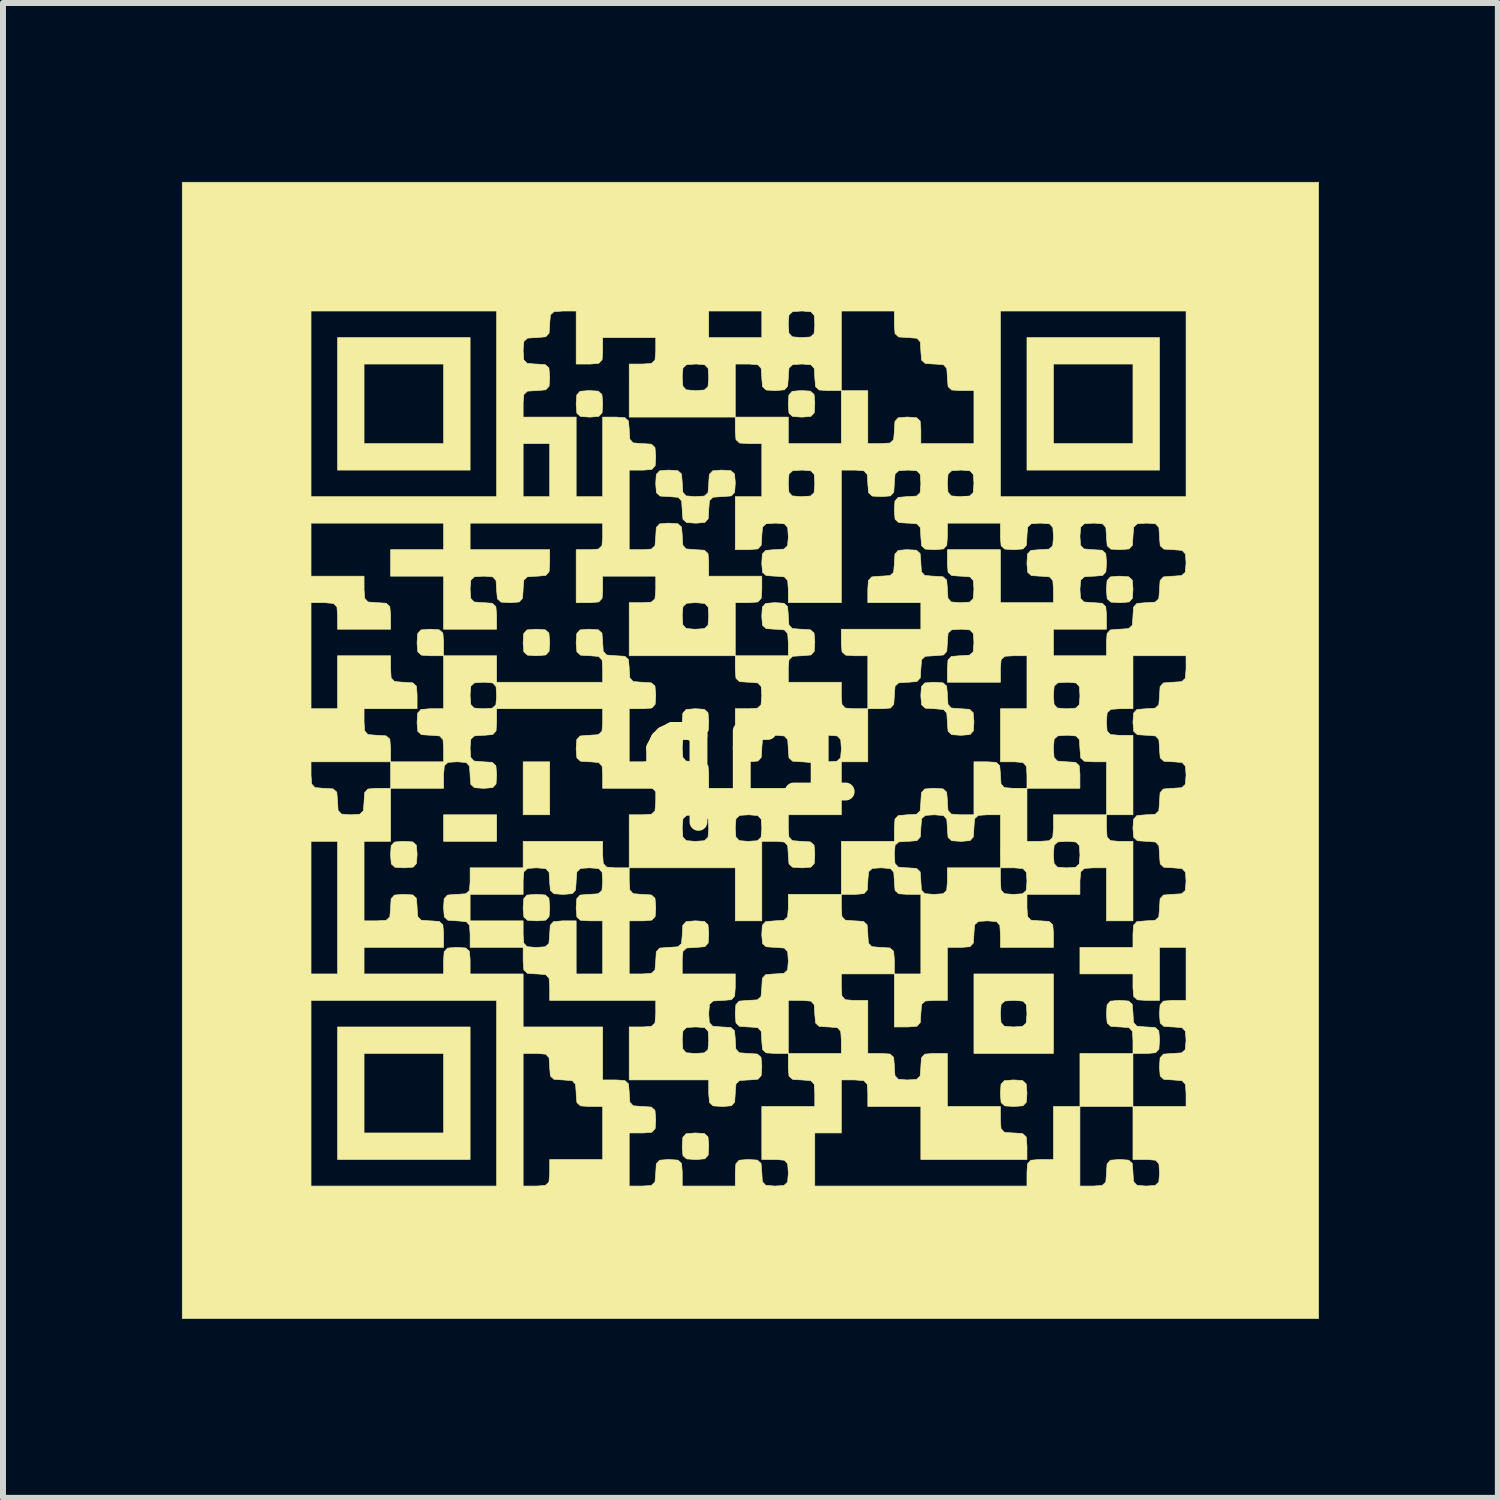
<source format=kicad_pcb>
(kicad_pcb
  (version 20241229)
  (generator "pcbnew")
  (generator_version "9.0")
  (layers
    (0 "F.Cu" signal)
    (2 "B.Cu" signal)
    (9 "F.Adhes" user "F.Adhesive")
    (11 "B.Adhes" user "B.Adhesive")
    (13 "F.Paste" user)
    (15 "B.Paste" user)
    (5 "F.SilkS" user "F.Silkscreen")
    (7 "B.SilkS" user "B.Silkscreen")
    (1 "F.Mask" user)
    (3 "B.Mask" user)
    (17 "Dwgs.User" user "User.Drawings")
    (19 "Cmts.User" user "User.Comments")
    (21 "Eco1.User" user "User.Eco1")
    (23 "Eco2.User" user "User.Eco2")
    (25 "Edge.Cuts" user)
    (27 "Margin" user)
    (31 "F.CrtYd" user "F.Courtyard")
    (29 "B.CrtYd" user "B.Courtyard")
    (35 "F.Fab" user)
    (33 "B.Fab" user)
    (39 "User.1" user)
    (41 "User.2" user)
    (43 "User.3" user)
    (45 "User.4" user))
  (footprint "qr1"
    (layer "F.Cu")
    (at 9.53 9.53)
    (property "Reference" "qr1" (at 0 0 0) (layer "F.SilkS") (effects (font (size 1.524 1.524) (thickness 0.3))))
    (attr through_hole)
    (fp_poly (pts (xy -4.255 1.524) (xy -5.144 1.524) (xy -5.144 1.079) (xy -4.255 1.079) (xy -4.255 1.524)) (stroke (width 0.01) (type solid)) (fill yes) (layer "F.SilkS"))
    (fp_poly (pts (xy -3.365 1.079) (xy -3.81 1.079) (xy -3.81 0.191) (xy -3.365 0.191) (xy -3.365 1.079)) (stroke (width 0.01) (type solid)) (fill yes) (layer "F.SilkS"))
    (fp_poly (pts (xy 6.413 5.969) (xy 5.524 5.969) (xy 5.524 5.08) (xy 6.413 5.08) (xy 6.413 5.969)) (stroke (width 0.01) (type solid)) (fill yes) (layer "F.SilkS"))
    (fp_poly (pts (xy -4.699 -4.699) (xy -6.921 -4.699) (xy -6.921 -6.477) (xy -6.477 -6.477) (xy -6.477 -5.144) (xy -5.144 -5.144) (xy -5.144 -6.477) (xy -6.477 -6.477) (xy -6.921 -6.477) (xy -6.921 -6.921) (xy -4.699 -6.921) (xy -4.699 -4.699)) (stroke (width 0.01) (type solid)) (fill yes) (layer "F.SilkS"))
    (fp_poly (pts (xy -4.699 6.858) (xy -6.921 6.858) (xy -6.921 5.08) (xy -6.477 5.08) (xy -6.477 6.413) (xy -5.144 6.413) (xy -5.144 5.08) (xy -6.477 5.08) (xy -6.921 5.08) (xy -6.921 4.636) (xy -4.699 4.636) (xy -4.699 6.858)) (stroke (width 0.01) (type solid)) (fill yes) (layer "F.SilkS"))
    (fp_poly (pts (xy 6.858 -4.699) (xy 4.636 -4.699) (xy 4.636 -6.477) (xy 5.08 -6.477) (xy 5.08 -5.144) (xy 6.413 -5.144) (xy 6.413 -6.477) (xy 5.08 -6.477) (xy 4.636 -6.477) (xy 4.636 -6.921) (xy 6.858 -6.921) (xy 6.858 -4.699)) (stroke (width 0.01) (type solid)) (fill yes) (layer "F.SilkS"))
    (fp_poly (pts (xy -5.366 -1.587) (xy -5.515 -1.597) (xy -5.576 -1.653) (xy -5.588 -1.793) (xy -5.588 -1.81) (xy -5.578 -1.959) (xy -5.523 -2.02) (xy -5.383 -2.032) (xy -5.366 -2.032) (xy -5.217 -2.022) (xy -5.156 -1.967) (xy -5.144 -1.827) (xy -5.144 -1.81) (xy -5.144 -1.587) (xy -5.366 -1.587)) (stroke (width 0.01) (type solid)) (fill yes) (layer "F.SilkS"))
    (fp_poly (pts (xy -5.661 1.534) (xy -5.6 1.589) (xy -5.588 1.729) (xy -5.588 1.746) (xy -5.598 1.895) (xy -5.653 1.956) (xy -5.793 1.968) (xy -5.81 1.968) (xy -5.959 1.959) (xy -6.02 1.903) (xy -6.032 1.763) (xy -6.032 1.746) (xy -6.023 1.597) (xy -5.967 1.536) (xy -5.827 1.524) (xy -5.81 1.524) (xy -5.661 1.534)) (stroke (width 0.01) (type solid)) (fill yes) (layer "F.SilkS"))
    (fp_poly (pts (xy -3.439 -2.022) (xy -3.378 -1.967) (xy -3.366 -1.827) (xy -3.365 -1.81) (xy -3.375 -1.661) (xy -3.431 -1.6) (xy -3.571 -1.588) (xy -3.588 -1.587) (xy -3.737 -1.597) (xy -3.798 -1.653) (xy -3.81 -1.793) (xy -3.81 -1.81) (xy -3.8 -1.959) (xy -3.745 -2.02) (xy -3.605 -2.032) (xy -3.588 -2.032) (xy -3.439 -2.022)) (stroke (width 0.01) (type solid)) (fill yes) (layer "F.SilkS"))
    (fp_poly (pts (xy -3.439 2.423) (xy -3.378 2.478) (xy -3.366 2.618) (xy -3.365 2.635) (xy -3.375 2.784) (xy -3.431 2.845) (xy -3.571 2.857) (xy -3.588 2.857) (xy -3.737 2.848) (xy -3.798 2.792) (xy -3.81 2.652) (xy -3.81 2.635) (xy -3.8 2.486) (xy -3.745 2.425) (xy -3.605 2.413) (xy -3.588 2.413) (xy -3.439 2.423)) (stroke (width 0.01) (type solid)) (fill yes) (layer "F.SilkS"))
    (fp_poly (pts (xy -2.55 -6.023) (xy -2.489 -5.967) (xy -2.477 -5.827) (xy -2.477 -5.81) (xy -2.486 -5.661) (xy -2.542 -5.6) (xy -2.682 -5.588) (xy -2.699 -5.588) (xy -2.848 -5.598) (xy -2.909 -5.653) (xy -2.921 -5.793) (xy -2.921 -5.81) (xy -2.911 -5.959) (xy -2.856 -6.02) (xy -2.716 -6.032) (xy -2.699 -6.032) (xy -2.55 -6.023)) (stroke (width 0.01) (type solid)) (fill yes) (layer "F.SilkS"))
    (fp_poly (pts (xy -0.772 6.423) (xy -0.711 6.479) (xy -0.699 6.619) (xy -0.699 6.636) (xy -0.708 6.785) (xy -0.764 6.846) (xy -0.904 6.858) (xy -0.921 6.858) (xy -1.07 6.848) (xy -1.131 6.793) (xy -1.143 6.653) (xy -1.143 6.636) (xy -1.133 6.487) (xy -1.078 6.426) (xy -0.938 6.414) (xy -0.921 6.413) (xy -0.772 6.423)) (stroke (width 0.01) (type solid)) (fill yes) (layer "F.SilkS"))
    (fp_poly (pts (xy 1.006 -6.023) (xy 1.067 -5.967) (xy 1.079 -5.827) (xy 1.079 -5.81) (xy 1.07 -5.661) (xy 1.014 -5.6) (xy 0.874 -5.588) (xy 0.857 -5.588) (xy 0.708 -5.598) (xy 0.647 -5.653) (xy 0.635 -5.793) (xy 0.635 -5.81) (xy 0.645 -5.959) (xy 0.7 -6.02) (xy 0.84 -6.032) (xy 0.857 -6.032) (xy 1.006 -6.023)) (stroke (width 0.01) (type solid)) (fill yes) (layer "F.SilkS"))
    (fp_poly (pts (xy 4.562 5.534) (xy 4.623 5.59) (xy 4.635 5.73) (xy 4.636 5.747) (xy 4.626 5.896) (xy 4.57 5.957) (xy 4.43 5.969) (xy 4.413 5.969) (xy 4.264 5.959) (xy 4.203 5.904) (xy 4.191 5.764) (xy 4.191 5.747) (xy 4.201 5.598) (xy 4.256 5.537) (xy 4.396 5.525) (xy 4.413 5.524) (xy 4.562 5.534)) (stroke (width 0.01) (type solid)) (fill yes) (layer "F.SilkS"))
    (fp_poly (pts (xy 6.34 -2.911) (xy 6.401 -2.856) (xy 6.413 -2.716) (xy 6.413 -2.699) (xy 6.404 -2.55) (xy 6.348 -2.489) (xy 6.208 -2.477) (xy 6.191 -2.477) (xy 6.042 -2.486) (xy 5.981 -2.542) (xy 5.969 -2.682) (xy 5.969 -2.699) (xy 5.979 -2.848) (xy 6.034 -2.909) (xy 6.174 -2.921) (xy 6.191 -2.921) (xy 6.34 -2.911)) (stroke (width 0.01) (type solid)) (fill yes) (layer "F.SilkS"))
    (fp_poly (pts (xy 5.08 5.08) (xy 3.747 5.08) (xy 3.747 4.413) (xy 4.191 4.413) (xy 4.201 4.562) (xy 4.256 4.623) (xy 4.396 4.635) (xy 4.413 4.636) (xy 4.562 4.626) (xy 4.623 4.57) (xy 4.635 4.43) (xy 4.636 4.413) (xy 4.626 4.264) (xy 4.57 4.203) (xy 4.43 4.191) (xy 4.413 4.191) (xy 4.264 4.201) (xy 4.203 4.256) (xy 4.191 4.396) (xy 4.191 4.413) (xy 3.747 4.413) (xy 3.747 3.747) (xy 5.08 3.747) (xy 5.08 5.08)) (stroke (width 0.01) (type solid)) (fill yes) (layer "F.SilkS"))
    (fp_poly (pts (xy 6.413 4.858) (xy 6.404 4.709) (xy 6.348 4.648) (xy 6.208 4.636) (xy 6.191 4.636) (xy 6.042 4.626) (xy 5.981 4.57) (xy 5.969 4.43) (xy 5.969 4.413) (xy 5.979 4.264) (xy 6.034 4.203) (xy 6.174 4.191) (xy 6.191 4.191) (xy 6.34 4.201) (xy 6.401 4.256) (xy 6.413 4.396) (xy 6.413 4.413) (xy 6.423 4.562) (xy 6.479 4.623) (xy 6.619 4.635) (xy 6.636 4.636) (xy 6.785 4.645) (xy 6.846 4.701) (xy 6.858 4.841) (xy 6.858 4.858) (xy 6.848 5.007) (xy 6.793 5.068) (xy 6.653 5.08) (xy 6.636 5.08) (xy 6.413 5.08) (xy 6.413 4.858)) (stroke (width 0.01) (type solid)) (fill yes) (layer "F.SilkS"))
    (fp_poly (pts (xy 3.229 -1.133) (xy 3.29 -1.078) (xy 3.302 -0.938) (xy 3.302 -0.921) (xy 3.312 -0.772) (xy 3.367 -0.711) (xy 3.507 -0.699) (xy 3.524 -0.699) (xy 3.673 -0.689) (xy 3.734 -0.633) (xy 3.746 -0.493) (xy 3.747 -0.476) (xy 3.737 -0.327) (xy 3.681 -0.266) (xy 3.541 -0.254) (xy 3.524 -0.254) (xy 3.375 -0.264) (xy 3.314 -0.319) (xy 3.302 -0.459) (xy 3.302 -0.476) (xy 3.292 -0.625) (xy 3.237 -0.686) (xy 3.097 -0.698) (xy 3.08 -0.699) (xy 2.931 -0.708) (xy 2.87 -0.764) (xy 2.858 -0.904) (xy 2.857 -0.921) (xy 2.867 -1.07) (xy 2.923 -1.131) (xy 3.063 -1.143) (xy 3.08 -1.143) (xy 3.229 -1.133)) (stroke (width 0.01) (type solid)) (fill yes) (layer "F.SilkS"))
    (fp_poly (pts (xy -0.327 -4.689) (xy -0.266 -4.634) (xy -0.254 -4.494) (xy -0.254 -4.477) (xy -0.264 -4.328) (xy -0.319 -4.267) (xy -0.459 -4.255) (xy -0.476 -4.255) (xy -0.625 -4.245) (xy -0.686 -4.189) (xy -0.698 -4.049) (xy -0.699 -4.032) (xy -0.708 -3.883) (xy -0.764 -3.822) (xy -0.904 -3.81) (xy -0.921 -3.81) (xy -1.07 -3.82) (xy -1.131 -3.875) (xy -1.143 -4.015) (xy -1.143 -4.032) (xy -1.153 -4.181) (xy -1.208 -4.242) (xy -1.348 -4.254) (xy -1.365 -4.255) (xy -1.514 -4.264) (xy -1.575 -4.32) (xy -1.587 -4.46) (xy -1.587 -4.477) (xy -1.578 -4.626) (xy -1.522 -4.687) (xy -1.382 -4.699) (xy -1.365 -4.699) (xy -1.216 -4.689) (xy -1.155 -4.634) (xy -1.143 -4.494) (xy -1.143 -4.477) (xy -1.133 -4.328) (xy -1.078 -4.267) (xy -0.938 -4.255) (xy -0.921 -4.255) (xy -0.772 -4.264) (xy -0.711 -4.32) (xy -0.699 -4.46) (xy -0.699 -4.477) (xy -0.689 -4.626) (xy -0.633 -4.687) (xy -0.493 -4.699) (xy -0.476 -4.699) (xy -0.327 -4.689)) (stroke (width 0.01) (type solid)) (fill yes) (layer "F.SilkS"))
    (fp_poly (pts (xy 4.118 0.2) (xy 4.179 0.256) (xy 4.191 0.396) (xy 4.191 0.413) (xy 4.201 0.562) (xy 4.256 0.623) (xy 4.396 0.635) (xy 4.413 0.635) (xy 4.636 0.635) (xy 4.636 1.524) (xy 4.858 1.524) (xy 5.007 1.514) (xy 5.068 1.459) (xy 5.08 1.319) (xy 5.08 1.302) (xy 5.08 1.079) (xy 5.969 1.079) (xy 5.969 1.302) (xy 5.979 1.451) (xy 6.034 1.512) (xy 6.174 1.524) (xy 6.191 1.524) (xy 6.413 1.524) (xy 6.413 2.857) (xy 5.969 2.857) (xy 5.969 1.968) (xy 5.747 1.968) (xy 5.598 1.978) (xy 5.537 2.034) (xy 5.525 2.174) (xy 5.524 2.191) (xy 5.524 2.413) (xy 4.636 2.413) (xy 4.636 2.635) (xy 4.645 2.784) (xy 4.701 2.845) (xy 4.841 2.857) (xy 4.858 2.857) (xy 5.007 2.867) (xy 5.068 2.923) (xy 5.08 3.063) (xy 5.08 3.08) (xy 5.08 3.302) (xy 4.191 3.302) (xy 4.191 3.08) (xy 4.181 2.931) (xy 4.126 2.87) (xy 3.986 2.858) (xy 3.969 2.857) (xy 3.82 2.867) (xy 3.759 2.923) (xy 3.747 3.063) (xy 3.747 3.08) (xy 3.737 3.229) (xy 3.681 3.29) (xy 3.541 3.302) (xy 3.524 3.302) (xy 3.302 3.302) (xy 3.302 4.191) (xy 3.08 4.191) (xy 2.931 4.201) (xy 2.87 4.256) (xy 2.858 4.396) (xy 2.857 4.413) (xy 2.848 4.562) (xy 2.792 4.623) (xy 2.652 4.635) (xy 2.635 4.636) (xy 2.413 4.636) (xy 2.413 3.747) (xy 2.857 3.747) (xy 2.857 2.413) (xy 2.635 2.413) (xy 2.486 2.403) (xy 2.425 2.348) (xy 2.413 2.208) (xy 2.413 2.191) (xy 2.403 2.042) (xy 2.348 1.981) (xy 2.208 1.969) (xy 2.191 1.968) (xy 2.042 1.978) (xy 1.981 2.034) (xy 1.969 2.174) (xy 1.968 2.191) (xy 1.959 2.34) (xy 1.903 2.401) (xy 1.763 2.413) (xy 1.746 2.413) (xy 1.524 2.413) (xy 1.524 1.746) (xy 2.413 1.746) (xy 2.423 1.895) (xy 2.478 1.956) (xy 2.618 1.968) (xy 2.635 1.968) (xy 2.784 1.978) (xy 2.845 2.034) (xy 2.857 2.174) (xy 2.857 2.191) (xy 2.867 2.34) (xy 2.923 2.401) (xy 3.063 2.413) (xy 3.08 2.413) (xy 3.229 2.403) (xy 3.29 2.348) (xy 3.302 2.208) (xy 3.302 2.191) (xy 3.302 1.968) (xy 4.191 1.968) (xy 4.191 2.191) (xy 4.201 2.34) (xy 4.256 2.401) (xy 4.396 2.413) (xy 4.413 2.413) (xy 4.562 2.403) (xy 4.623 2.348) (xy 4.635 2.208) (xy 4.636 2.191) (xy 4.626 2.042) (xy 4.57 1.981) (xy 4.43 1.969) (xy 4.413 1.968) (xy 4.191 1.968) (xy 4.191 1.746) (xy 5.08 1.746) (xy 5.09 1.895) (xy 5.145 1.956) (xy 5.285 1.968) (xy 5.302 1.968) (xy 5.451 1.959) (xy 5.512 1.903) (xy 5.524 1.763) (xy 5.524 1.746) (xy 5.515 1.597) (xy 5.459 1.536) (xy 5.319 1.524) (xy 5.302 1.524) (xy 5.153 1.534) (xy 5.092 1.589) (xy 5.08 1.729) (xy 5.08 1.746) (xy 4.191 1.746) (xy 4.191 1.079) (xy 3.969 1.079) (xy 3.82 1.089) (xy 3.759 1.145) (xy 3.747 1.285) (xy 3.747 1.302) (xy 3.737 1.451) (xy 3.681 1.512) (xy 3.541 1.524) (xy 3.524 1.524) (xy 3.375 1.514) (xy 3.314 1.459) (xy 3.302 1.319) (xy 3.302 1.302) (xy 3.292 1.153) (xy 3.237 1.092) (xy 3.097 1.08) (xy 3.08 1.079) (xy 2.931 1.089) (xy 2.87 1.145) (xy 2.858 1.285) (xy 2.857 1.302) (xy 2.848 1.451) (xy 2.792 1.512) (xy 2.652 1.524) (xy 2.635 1.524) (xy 2.486 1.534) (xy 2.425 1.589) (xy 2.413 1.729) (xy 2.413 1.746) (xy 1.524 1.746) (xy 1.524 1.524) (xy 2.413 1.524) (xy 2.413 1.302) (xy 2.423 1.153) (xy 2.478 1.092) (xy 2.618 1.08) (xy 2.635 1.079) (xy 2.784 1.07) (xy 2.845 1.014) (xy 2.857 0.874) (xy 2.857 0.857) (xy 2.867 0.708) (xy 2.923 0.647) (xy 3.063 0.635) (xy 3.08 0.635) (xy 3.229 0.645) (xy 3.29 0.7) (xy 3.302 0.84) (xy 3.302 0.857) (xy 3.312 1.006) (xy 3.367 1.067) (xy 3.507 1.079) (xy 3.524 1.079) (xy 3.747 1.079) (xy 3.747 0.191) (xy 3.969 0.191) (xy 4.118 0.2)) (stroke (width 0.01) (type solid)) (fill yes) (layer "F.SilkS"))
    (fp_poly (pts (xy -2.032 2.191) (xy -2.022 2.34) (xy -1.967 2.401) (xy -1.827 2.413) (xy -1.81 2.413) (xy -1.661 2.423) (xy -1.6 2.478) (xy -1.588 2.618) (xy -1.587 2.635) (xy -1.597 2.784) (xy -1.653 2.845) (xy -1.793 2.857) (xy -1.81 2.857) (xy -2.032 2.857) (xy -2.032 3.747) (xy -1.81 3.747) (xy -1.661 3.737) (xy -1.6 3.681) (xy -1.588 3.541) (xy -1.587 3.524) (xy -1.578 3.375) (xy -1.522 3.314) (xy -1.382 3.302) (xy -1.365 3.302) (xy -1.216 3.292) (xy -1.155 3.237) (xy -1.143 3.097) (xy -1.143 3.08) (xy -1.133 2.931) (xy -1.078 2.87) (xy -0.938 2.858) (xy -0.921 2.857) (xy -0.772 2.867) (xy -0.711 2.923) (xy -0.699 3.063) (xy -0.699 3.08) (xy -0.708 3.229) (xy -0.764 3.29) (xy -0.904 3.302) (xy -0.921 3.302) (xy -1.07 3.312) (xy -1.131 3.367) (xy -1.143 3.507) (xy -1.143 3.524) (xy -1.143 3.747) (xy -0.254 3.747) (xy -0.254 3.969) (xy -0.264 4.118) (xy -0.319 4.179) (xy -0.459 4.191) (xy -0.476 4.191) (xy -0.625 4.201) (xy -0.686 4.256) (xy -0.698 4.396) (xy -0.699 4.413) (xy -0.689 4.562) (xy -0.633 4.623) (xy -0.493 4.635) (xy -0.476 4.636) (xy -0.327 4.645) (xy -0.266 4.701) (xy -0.254 4.841) (xy -0.254 4.858) (xy -0.244 5.007) (xy -0.189 5.068) (xy -0.049 5.08) (xy -0.032 5.08) (xy 0.117 5.09) (xy 0.178 5.145) (xy 0.19 5.285) (xy 0.191 5.302) (xy 0.181 5.451) (xy 0.125 5.512) (xy -0.015 5.524) (xy -0.032 5.524) (xy -0.181 5.534) (xy -0.242 5.59) (xy -0.254 5.73) (xy -0.254 5.747) (xy -0.264 5.896) (xy -0.319 5.957) (xy -0.459 5.969) (xy -0.476 5.969) (xy -0.625 5.959) (xy -0.686 5.904) (xy -0.698 5.764) (xy -0.699 5.747) (xy -0.699 5.524) (xy -2.032 5.524) (xy -2.032 4.858) (xy -1.143 4.858) (xy -1.133 5.007) (xy -1.078 5.068) (xy -0.938 5.08) (xy -0.921 5.08) (xy -0.772 5.07) (xy -0.711 5.015) (xy -0.699 4.875) (xy -0.699 4.858) (xy -0.708 4.709) (xy -0.764 4.648) (xy -0.904 4.636) (xy -0.921 4.636) (xy -1.07 4.645) (xy -1.131 4.701) (xy -1.143 4.841) (xy -1.143 4.858) (xy -2.032 4.858) (xy -2.032 4.636) (xy -1.81 4.636) (xy -1.661 4.626) (xy -1.6 4.57) (xy -1.588 4.43) (xy -1.587 4.413) (xy -1.587 4.191) (xy -3.365 4.191) (xy -3.365 3.969) (xy -3.375 3.82) (xy -3.431 3.759) (xy -3.571 3.747) (xy -3.588 3.747) (xy -3.737 3.737) (xy -3.798 3.681) (xy -3.81 3.541) (xy -3.81 3.524) (xy -3.81 3.302) (xy -4.699 3.302) (xy -4.699 3.08) (xy -4.709 2.931) (xy -4.764 2.87) (xy -4.904 2.858) (xy -4.921 2.857) (xy -5.07 2.848) (xy -5.131 2.792) (xy -5.143 2.652) (xy -5.144 2.635) (xy -5.134 2.486) (xy -5.078 2.425) (xy -4.938 2.413) (xy -4.921 2.413) (xy -4.699 2.413) (xy -4.699 2.857) (xy -3.81 2.857) (xy -3.81 3.08) (xy -3.8 3.229) (xy -3.745 3.29) (xy -3.605 3.302) (xy -3.588 3.302) (xy -3.439 3.292) (xy -3.378 3.237) (xy -3.366 3.097) (xy -3.365 3.08) (xy -3.356 2.931) (xy -3.3 2.87) (xy -3.16 2.858) (xy -3.143 2.857) (xy -2.921 2.857) (xy -2.921 3.747) (xy -2.477 3.747) (xy -2.477 2.857) (xy -2.699 2.857) (xy -2.848 2.848) (xy -2.909 2.792) (xy -2.921 2.652) (xy -2.921 2.635) (xy -2.911 2.486) (xy -2.856 2.425) (xy -2.716 2.413) (xy -2.699 2.413) (xy -2.55 2.403) (xy -2.489 2.348) (xy -2.477 2.208) (xy -2.477 2.191) (xy -2.486 2.042) (xy -2.542 1.981) (xy -2.682 1.969) (xy -2.699 1.968) (xy -2.848 1.978) (xy -2.909 2.034) (xy -2.921 2.174) (xy -2.921 2.191) (xy -2.931 2.34) (xy -2.986 2.401) (xy -3.126 2.413) (xy -3.143 2.413) (xy -3.292 2.403) (xy -3.353 2.348) (xy -3.365 2.208) (xy -3.365 2.191) (xy -3.375 2.042) (xy -3.431 1.981) (xy -3.571 1.969) (xy -3.588 1.968) (xy -3.737 1.978) (xy -3.798 2.034) (xy -3.81 2.174) (xy -3.81 2.191) (xy -3.81 2.413) (xy -4.699 2.413) (xy -4.921 2.413) (xy -4.772 2.403) (xy -4.711 2.348) (xy -4.699 2.208) (xy -4.699 2.191) (xy -4.699 1.968) (xy -3.81 1.968) (xy -3.81 1.524) (xy -2.477 1.524) (xy -2.477 1.746) (xy -2.467 1.895) (xy -2.411 1.956) (xy -2.271 1.968) (xy -2.254 1.968) (xy -2.032 1.968) (xy -2.032 2.191)) (stroke (width 0.01) (type solid)) (fill yes) (layer "F.SilkS"))
    (fp_poly (pts (xy -2.032 1.079) (xy -1.81 1.079) (xy -1.661 1.07) (xy -1.6 1.014) (xy -1.588 0.874) (xy -1.587 0.857) (xy -1.587 0.635) (xy -2.477 0.635) (xy -2.477 0.413) (xy -2.486 0.264) (xy -2.542 0.203) (xy -2.682 0.191) (xy -2.699 0.191) (xy -2.848 0.181) (xy -2.909 0.125) (xy -2.921 -0.015) (xy -2.921 -0.032) (xy -2.911 -0.181) (xy -2.856 -0.242) (xy -2.716 -0.254) (xy -2.699 -0.254) (xy -2.55 -0.264) (xy -2.489 -0.319) (xy -2.477 -0.459) (xy -2.477 -0.476) (xy -2.477 -0.699) (xy -4.255 -0.699) (xy -4.255 -0.476) (xy -4.264 -0.327) (xy -4.32 -0.266) (xy -4.46 -0.254) (xy -4.477 -0.254) (xy -4.626 -0.244) (xy -4.687 -0.189) (xy -4.699 -0.049) (xy -4.699 -0.032) (xy -4.689 0.117) (xy -4.634 0.178) (xy -4.494 0.19) (xy -4.477 0.191) (xy -4.328 0.2) (xy -4.267 0.256) (xy -4.255 0.396) (xy -4.255 0.413) (xy -4.264 0.562) (xy -4.32 0.623) (xy -4.46 0.635) (xy -4.477 0.635) (xy -4.626 0.625) (xy -4.687 0.57) (xy -4.699 0.43) (xy -4.699 0.413) (xy -4.709 0.264) (xy -4.764 0.203) (xy -4.904 0.191) (xy -4.921 0.191) (xy -5.07 0.2) (xy -5.131 0.256) (xy -5.143 0.396) (xy -5.144 0.413) (xy -5.144 0.635) (xy -6.032 0.635) (xy -6.032 0.191) (xy -5.144 0.191) (xy -5.144 -0.032) (xy -5.153 -0.181) (xy -5.209 -0.242) (xy -5.349 -0.254) (xy -5.366 -0.254) (xy -5.515 -0.264) (xy -5.576 -0.319) (xy -5.588 -0.459) (xy -5.588 -0.476) (xy -5.578 -0.625) (xy -5.523 -0.686) (xy -5.383 -0.698) (xy -5.366 -0.699) (xy -5.144 -0.699) (xy -5.144 -0.921) (xy -4.699 -0.921) (xy -4.689 -0.772) (xy -4.634 -0.711) (xy -4.494 -0.699) (xy -4.477 -0.699) (xy -4.328 -0.708) (xy -4.267 -0.764) (xy -4.255 -0.904) (xy -4.255 -0.921) (xy -4.264 -1.07) (xy -4.32 -1.131) (xy -4.46 -1.143) (xy -4.477 -1.143) (xy -4.626 -1.133) (xy -4.687 -1.078) (xy -4.699 -0.938) (xy -4.699 -0.921) (xy -5.144 -0.921) (xy -5.144 -1.587) (xy -4.255 -1.587) (xy -4.255 -1.143) (xy -2.477 -1.143) (xy -2.477 -1.365) (xy -2.486 -1.514) (xy -2.542 -1.575) (xy -2.682 -1.587) (xy -2.699 -1.587) (xy -2.848 -1.597) (xy -2.909 -1.653) (xy -2.921 -1.793) (xy -2.921 -1.81) (xy -2.911 -1.959) (xy -2.856 -2.02) (xy -2.716 -2.032) (xy -2.699 -2.032) (xy -2.55 -2.022) (xy -2.489 -1.967) (xy -2.477 -1.827) (xy -2.477 -1.81) (xy -2.467 -1.661) (xy -2.411 -1.6) (xy -2.271 -1.588) (xy -2.254 -1.587) (xy -2.105 -1.578) (xy -2.044 -1.522) (xy -2.032 -1.382) (xy -2.032 -1.365) (xy -2.022 -1.216) (xy -1.967 -1.155) (xy -1.827 -1.143) (xy -1.81 -1.143) (xy -1.661 -1.133) (xy -1.6 -1.078) (xy -1.588 -0.938) (xy -1.587 -0.921) (xy -1.597 -0.772) (xy -1.653 -0.711) (xy -1.793 -0.699) (xy -1.81 -0.699) (xy -2.032 -0.699) (xy -2.032 0.191) (xy -1.81 0.191) (xy -1.661 0.181) (xy -1.6 0.125) (xy -1.588 -0.015) (xy -1.587 -0.032) (xy -1.578 -0.181) (xy -1.522 -0.242) (xy -1.382 -0.254) (xy -1.365 -0.254) (xy -1.216 -0.264) (xy -1.155 -0.319) (xy -1.143 -0.459) (xy -1.143 -0.476) (xy -1.133 -0.625) (xy -1.078 -0.686) (xy -0.938 -0.698) (xy -0.921 -0.699) (xy -0.772 -0.689) (xy -0.711 -0.633) (xy -0.699 -0.493) (xy -0.699 -0.476) (xy -0.708 -0.327) (xy -0.764 -0.266) (xy -0.904 -0.254) (xy -0.921 -0.254) (xy -1.07 -0.244) (xy -1.131 -0.189) (xy -1.143 -0.049) (xy -1.143 -0.032) (xy -1.133 0.117) (xy -1.078 0.178) (xy -0.938 0.19) (xy -0.921 0.191) (xy -0.772 0.2) (xy -0.711 0.256) (xy -0.699 0.396) (xy -0.699 0.413) (xy -0.699 0.635) (xy 1.079 0.635) (xy 1.079 0.413) (xy 1.07 0.264) (xy 1.014 0.203) (xy 0.874 0.191) (xy 0.857 0.191) (xy 0.708 0.181) (xy 0.647 0.125) (xy 0.635 -0.015) (xy 0.635 -0.032) (xy 1.079 -0.032) (xy 1.089 0.117) (xy 1.145 0.178) (xy 1.285 0.19) (xy 1.302 0.191) (xy 1.451 0.181) (xy 1.512 0.125) (xy 1.524 -0.015) (xy 1.524 -0.032) (xy 1.514 -0.181) (xy 1.459 -0.242) (xy 1.319 -0.254) (xy 1.302 -0.254) (xy 1.153 -0.244) (xy 1.092 -0.189) (xy 1.08 -0.049) (xy 1.079 -0.032) (xy 0.635 -0.032) (xy 0.625 -0.181) (xy 0.57 -0.242) (xy 0.43 -0.254) (xy 0.413 -0.254) (xy 0.264 -0.244) (xy 0.203 -0.189) (xy 0.191 -0.049) (xy 0.191 -0.032) (xy 0.181 0.117) (xy 0.125 0.178) (xy -0.015 0.19) (xy -0.032 0.191) (xy -0.254 0.191) (xy -0.254 -0.699) (xy -0.032 -0.699) (xy 0.117 -0.708) (xy 0.178 -0.764) (xy 0.19 -0.904) (xy 0.191 -0.921) (xy 0.181 -1.07) (xy 0.125 -1.131) (xy -0.015 -1.143) (xy -0.032 -1.143) (xy -0.181 -1.153) (xy -0.242 -1.208) (xy -0.254 -1.348) (xy -0.254 -1.365) (xy -0.254 -1.587) (xy 0.635 -1.587) (xy 0.635 -1.81) (xy 0.625 -1.959) (xy 0.57 -2.02) (xy 0.43 -2.032) (xy 0.413 -2.032) (xy 0.264 -2.042) (xy 0.203 -2.097) (xy 0.191 -2.237) (xy 0.191 -2.254) (xy 0.2 -2.403) (xy 0.256 -2.464) (xy 0.396 -2.476) (xy 0.413 -2.477) (xy 0.562 -2.467) (xy 0.623 -2.411) (xy 0.635 -2.271) (xy 0.635 -2.254) (xy 0.645 -2.105) (xy 0.7 -2.044) (xy 0.84 -2.032) (xy 0.857 -2.032) (xy 1.006 -2.022) (xy 1.067 -1.967) (xy 1.079 -1.827) (xy 1.079 -1.81) (xy 1.07 -1.661) (xy 1.014 -1.6) (xy 0.874 -1.588) (xy 0.857 -1.587) (xy 0.708 -1.578) (xy 0.647 -1.522) (xy 0.635 -1.382) (xy 0.635 -1.365) (xy 0.635 -1.143) (xy 1.524 -1.143) (xy 1.524 -0.921) (xy 1.534 -0.772) (xy 1.589 -0.711) (xy 1.729 -0.699) (xy 1.746 -0.699) (xy 1.968 -0.699) (xy 1.968 0.191) (xy 1.524 0.191) (xy 1.524 1.079) (xy 0.635 1.079) (xy 0.635 1.302) (xy 0.645 1.451) (xy 0.7 1.512) (xy 0.84 1.524) (xy 0.857 1.524) (xy 1.006 1.534) (xy 1.067 1.589) (xy 1.079 1.729) (xy 1.079 1.746) (xy 1.07 1.895) (xy 1.014 1.956) (xy 0.874 1.968) (xy 0.857 1.968) (xy 0.708 1.959) (xy 0.647 1.903) (xy 0.635 1.763) (xy 0.635 1.746) (xy 0.625 1.597) (xy 0.57 1.536) (xy 0.43 1.524) (xy 0.413 1.524) (xy 0.191 1.524) (xy 0.191 2.857) (xy -0.254 2.857) (xy -0.254 1.968) (xy -2.032 1.968) (xy -2.032 1.302) (xy -1.143 1.302) (xy -1.133 1.451) (xy -1.078 1.512) (xy -0.938 1.524) (xy -0.921 1.524) (xy -0.772 1.514) (xy -0.711 1.459) (xy -0.699 1.319) (xy -0.699 1.302) (xy -0.254 1.302) (xy -0.244 1.451) (xy -0.189 1.512) (xy -0.049 1.524) (xy -0.032 1.524) (xy 0.117 1.514) (xy 0.178 1.459) (xy 0.19 1.319) (xy 0.191 1.302) (xy 0.181 1.153) (xy 0.125 1.092) (xy -0.015 1.08) (xy -0.032 1.079) (xy -0.181 1.089) (xy -0.242 1.145) (xy -0.254 1.285) (xy -0.254 1.302) (xy -0.699 1.302) (xy -0.708 1.153) (xy -0.764 1.092) (xy -0.904 1.08) (xy -0.921 1.079) (xy -1.07 1.089) (xy -1.131 1.145) (xy -1.143 1.285) (xy -1.143 1.302) (xy -2.032 1.302) (xy -2.032 1.079)) (stroke (width 0.01) (type solid)) (fill yes) (layer "F.SilkS"))
    (fp_poly (pts (xy 9.525 9.525) (xy -9.525 9.525) (xy -9.525 4.191) (xy -7.366 4.191) (xy -7.366 7.303) (xy -4.255 7.303) (xy -4.255 5.08) (xy -3.81 5.08) (xy -3.81 7.303) (xy -3.588 7.303) (xy -3.439 7.293) (xy -3.378 7.237) (xy -3.366 7.097) (xy -3.365 7.08) (xy -3.365 6.858) (xy -2.477 6.858) (xy -2.477 5.969) (xy -2.699 5.969) (xy -2.848 5.959) (xy -2.909 5.904) (xy -2.921 5.764) (xy -2.921 5.747) (xy -2.931 5.598) (xy -2.986 5.537) (xy -3.126 5.525) (xy -3.143 5.524) (xy -3.292 5.515) (xy -3.353 5.459) (xy -3.365 5.319) (xy -3.365 5.302) (xy -3.375 5.153) (xy -3.431 5.092) (xy -3.571 5.08) (xy -3.588 5.08) (xy -3.81 5.08) (xy -4.255 5.08) (xy -4.255 4.191) (xy -7.366 4.191) (xy -9.525 4.191) (xy -9.525 1.524) (xy -7.366 1.524) (xy -7.366 3.747) (xy -6.921 3.747) (xy -6.921 1.524) (xy -7.366 1.524) (xy -9.525 1.524) (xy -9.525 -3.81) (xy -7.366 -3.81) (xy -7.366 -2.921) (xy -6.477 -2.921) (xy -6.477 -2.699) (xy -6.467 -2.55) (xy -6.412 -2.489) (xy -6.272 -2.477) (xy -6.255 -2.477) (xy -6.106 -2.467) (xy -6.045 -2.411) (xy -6.033 -2.271) (xy -6.032 -2.254) (xy -6.032 -2.032) (xy -6.921 -2.032) (xy -6.921 -2.254) (xy -6.931 -2.403) (xy -6.987 -2.464) (xy -7.127 -2.476) (xy -7.144 -2.477) (xy -7.366 -2.477) (xy -7.366 -0.699) (xy -6.921 -0.699) (xy -6.921 -1.587) (xy -6.032 -1.587) (xy -6.032 -1.365) (xy -6.023 -1.216) (xy -5.967 -1.155) (xy -5.827 -1.143) (xy -5.81 -1.143) (xy -5.661 -1.133) (xy -5.6 -1.078) (xy -5.588 -0.938) (xy -5.588 -0.921) (xy -5.588 -0.699) (xy -6.477 -0.699) (xy -6.477 -0.476) (xy -6.467 -0.327) (xy -6.412 -0.266) (xy -6.272 -0.254) (xy -6.255 -0.254) (xy -6.106 -0.244) (xy -6.045 -0.189) (xy -6.033 -0.049) (xy -6.032 -0.032) (xy -6.032 0.191) (xy -7.366 0.191) (xy -7.366 0.413) (xy -7.356 0.562) (xy -7.301 0.623) (xy -7.161 0.635) (xy -7.144 0.635) (xy -6.995 0.645) (xy -6.934 0.7) (xy -6.922 0.84) (xy -6.921 0.857) (xy -6.912 1.006) (xy -6.856 1.067) (xy -6.716 1.079) (xy -6.699 1.079) (xy -6.55 1.07) (xy -6.489 1.014) (xy -6.477 0.874) (xy -6.477 0.857) (xy -6.467 0.708) (xy -6.412 0.647) (xy -6.272 0.635) (xy -6.255 0.635) (xy -6.032 0.635) (xy -6.032 1.524) (xy -6.477 1.524) (xy -6.477 2.857) (xy -6.255 2.857) (xy -6.106 2.848) (xy -6.045 2.792) (xy -6.033 2.652) (xy -6.032 2.635) (xy -6.023 2.486) (xy -5.967 2.425) (xy -5.827 2.413) (xy -5.81 2.413) (xy -5.661 2.423) (xy -5.6 2.478) (xy -5.588 2.618) (xy -5.588 2.635) (xy -5.578 2.784) (xy -5.523 2.845) (xy -5.383 2.857) (xy -5.366 2.857) (xy -5.217 2.867) (xy -5.156 2.923) (xy -5.144 3.063) (xy -5.144 3.08) (xy -5.144 3.302) (xy -6.477 3.302) (xy -6.477 3.747) (xy -5.144 3.747) (xy -5.144 3.524) (xy -5.134 3.375) (xy -5.078 3.314) (xy -4.938 3.302) (xy -4.921 3.302) (xy -4.772 3.312) (xy -4.711 3.367) (xy -4.699 3.507) (xy -4.699 3.524) (xy -4.699 3.747) (xy -3.81 3.747) (xy -3.81 4.636) (xy -2.477 4.636) (xy -2.477 5.524) (xy -2.254 5.524) (xy -2.105 5.534) (xy -2.044 5.59) (xy -2.032 5.73) (xy -2.032 5.747) (xy -2.022 5.896) (xy -1.967 5.957) (xy -1.827 5.969) (xy -1.81 5.969) (xy -1.661 5.979) (xy -1.6 6.034) (xy -1.588 6.174) (xy -1.587 6.191) (xy -1.597 6.34) (xy -1.653 6.401) (xy -1.793 6.413) (xy -1.81 6.413) (xy -2.032 6.413) (xy -2.032 7.303) (xy -1.81 7.303) (xy -1.661 7.293) (xy -1.6 7.237) (xy -1.588 7.097) (xy -1.587 7.08) (xy -1.578 6.931) (xy -1.522 6.87) (xy -1.382 6.858) (xy -1.365 6.858) (xy -1.216 6.868) (xy -1.155 6.923) (xy -1.143 7.063) (xy -1.143 7.08) (xy -1.143 7.303) (xy -0.254 7.303) (xy -0.254 7.08) (xy -0.244 6.931) (xy -0.189 6.87) (xy -0.049 6.858) (xy -0.032 6.858) (xy 0.117 6.868) (xy 0.178 6.923) (xy 0.19 7.063) (xy 0.191 7.08) (xy 0.2 7.229) (xy 0.256 7.29) (xy 0.396 7.302) (xy 0.413 7.303) (xy 0.562 7.293) (xy 0.623 7.237) (xy 0.635 7.097) (xy 0.635 7.08) (xy 0.625 6.931) (xy 0.57 6.87) (xy 0.43 6.858) (xy 0.413 6.858) (xy 0.191 6.858) (xy 0.191 5.969) (xy 1.079 5.969) (xy 1.079 5.747) (xy 1.07 5.598) (xy 1.014 5.537) (xy 0.874 5.525) (xy 0.857 5.524) (xy 0.708 5.515) (xy 0.647 5.459) (xy 0.635 5.319) (xy 0.635 5.302) (xy 0.635 5.08) (xy 0.413 5.08) (xy 0.264 5.07) (xy 0.203 5.015) (xy 0.191 4.875) (xy 0.191 4.858) (xy 0.181 4.709) (xy 0.125 4.648) (xy -0.015 4.636) (xy -0.032 4.636) (xy -0.181 4.626) (xy -0.242 4.57) (xy -0.254 4.43) (xy -0.254 4.413) (xy -0.244 4.264) (xy -0.189 4.203) (xy -0.049 4.191) (xy -0.032 4.191) (xy 0.635 4.191) (xy 0.635 5.08) (xy 1.524 5.08) (xy 1.524 4.858) (xy 1.514 4.709) (xy 1.459 4.648) (xy 1.319 4.636) (xy 1.302 4.636) (xy 1.153 4.626) (xy 1.092 4.57) (xy 1.08 4.43) (xy 1.079 4.413) (xy 1.07 4.264) (xy 1.014 4.203) (xy 0.874 4.191) (xy 0.857 4.191) (xy 0.635 4.191) (xy -0.032 4.191) (xy 0.117 4.181) (xy 0.178 4.126) (xy 0.19 3.986) (xy 0.191 3.969) (xy 0.2 3.82) (xy 0.256 3.759) (xy 0.396 3.747) (xy 0.413 3.747) (xy 0.562 3.737) (xy 0.623 3.681) (xy 0.635 3.541) (xy 0.635 3.524) (xy 0.625 3.375) (xy 0.57 3.314) (xy 0.43 3.302) (xy 0.413 3.302) (xy 0.264 3.292) (xy 0.203 3.237) (xy 0.191 3.097) (xy 0.191 3.08) (xy 0.2 2.931) (xy 0.256 2.87) (xy 0.396 2.858) (xy 0.413 2.857) (xy 0.562 2.848) (xy 0.623 2.792) (xy 0.635 2.652) (xy 0.635 2.635) (xy 0.635 2.413) (xy 1.524 2.413) (xy 1.524 2.635) (xy 1.534 2.784) (xy 1.589 2.845) (xy 1.729 2.857) (xy 1.746 2.857) (xy 1.895 2.867) (xy 1.956 2.923) (xy 1.968 3.063) (xy 1.968 3.08) (xy 1.978 3.229) (xy 2.034 3.29) (xy 2.174 3.302) (xy 2.191 3.302) (xy 2.34 3.312) (xy 2.401 3.367) (xy 2.413 3.507) (xy 2.413 3.524) (xy 2.413 3.747) (xy 1.524 3.747) (xy 1.524 3.969) (xy 1.534 4.118) (xy 1.589 4.179) (xy 1.729 4.191) (xy 1.746 4.191) (xy 1.968 4.191) (xy 1.968 5.08) (xy 2.191 5.08) (xy 2.34 5.09) (xy 2.401 5.145) (xy 2.413 5.285) (xy 2.413 5.302) (xy 2.423 5.451) (xy 2.478 5.512) (xy 2.618 5.524) (xy 2.635 5.524) (xy 2.784 5.515) (xy 2.845 5.459) (xy 2.857 5.319) (xy 2.857 5.302) (xy 2.867 5.153) (xy 2.923 5.092) (xy 3.063 5.08) (xy 3.08 5.08) (xy 3.302 5.08) (xy 3.302 5.969) (xy 4.191 5.969) (xy 4.191 6.191) (xy 4.201 6.34) (xy 4.256 6.401) (xy 4.396 6.413) (xy 4.413 6.413) (xy 4.562 6.423) (xy 4.623 6.479) (xy 4.635 6.619) (xy 4.636 6.636) (xy 4.636 6.858) (xy 2.857 6.858) (xy 2.857 5.969) (xy 1.968 5.969) (xy 1.968 5.747) (xy 1.959 5.598) (xy 1.903 5.537) (xy 1.763 5.525) (xy 1.746 5.524) (xy 1.524 5.524) (xy 1.524 6.413) (xy 1.079 6.413) (xy 1.079 7.303) (xy 4.636 7.303) (xy 4.636 7.08) (xy 4.645 6.931) (xy 4.701 6.87) (xy 4.841 6.858) (xy 4.858 6.858) (xy 5.08 6.858) (xy 5.08 5.969) (xy 5.524 5.969) (xy 5.524 7.303) (xy 5.747 7.303) (xy 5.896 7.293) (xy 5.957 7.237) (xy 5.969 7.097) (xy 5.969 7.08) (xy 5.979 6.931) (xy 6.034 6.87) (xy 6.174 6.858) (xy 6.191 6.858) (xy 6.34 6.868) (xy 6.401 6.923) (xy 6.413 7.063) (xy 6.413 7.08) (xy 6.423 7.229) (xy 6.479 7.29) (xy 6.619 7.302) (xy 6.636 7.303) (xy 6.785 7.293) (xy 6.846 7.237) (xy 6.858 7.097) (xy 6.858 7.08) (xy 6.848 6.931) (xy 6.793 6.87) (xy 6.653 6.858) (xy 6.636 6.858) (xy 6.413 6.858) (xy 6.413 5.969) (xy 7.303 5.969) (xy 7.303 5.747) (xy 7.293 5.598) (xy 7.237 5.537) (xy 7.097 5.525) (xy 7.08 5.524) (xy 6.931 5.515) (xy 6.87 5.459) (xy 6.858 5.319) (xy 6.858 5.302) (xy 6.868 5.153) (xy 6.923 5.092) (xy 7.063 5.08) (xy 7.08 5.08) (xy 7.229 5.07) (xy 7.29 5.015) (xy 7.302 4.875) (xy 7.303 4.858) (xy 7.293 4.709) (xy 7.237 4.648) (xy 7.097 4.636) (xy 7.08 4.636) (xy 6.931 4.626) (xy 6.87 4.57) (xy 6.858 4.43) (xy 6.858 4.413) (xy 6.868 4.264) (xy 6.923 4.203) (xy 7.063 4.191) (xy 7.08 4.191) (xy 7.303 4.191) (xy 7.303 3.302) (xy 6.858 3.302) (xy 6.858 4.191) (xy 6.636 4.191) (xy 6.487 4.181) (xy 6.426 4.126) (xy 6.414 3.986) (xy 6.413 3.969) (xy 6.413 3.747) (xy 5.524 3.747) (xy 5.524 3.302) (xy 6.413 3.302) (xy 6.413 3.08) (xy 6.423 2.931) (xy 6.479 2.87) (xy 6.619 2.858) (xy 6.636 2.857) (xy 6.785 2.848) (xy 6.846 2.792) (xy 6.858 2.652) (xy 6.858 2.635) (xy 6.868 2.486) (xy 6.923 2.425) (xy 7.063 2.413) (xy 7.08 2.413) (xy 7.229 2.403) (xy 7.29 2.348) (xy 7.302 2.208) (xy 7.303 2.191) (xy 7.293 2.042) (xy 7.237 1.981) (xy 7.097 1.969) (xy 7.08 1.968) (xy 6.931 1.959) (xy 6.87 1.903) (xy 6.858 1.763) (xy 6.858 1.746) (xy 6.848 1.597) (xy 6.793 1.536) (xy 6.653 1.524) (xy 6.636 1.524) (xy 6.487 1.514) (xy 6.426 1.459) (xy 6.414 1.319) (xy 6.413 1.302) (xy 6.423 1.153) (xy 6.479 1.092) (xy 6.619 1.08) (xy 6.636 1.079) (xy 6.785 1.07) (xy 6.846 1.014) (xy 6.858 0.874) (xy 6.858 0.857) (xy 6.868 0.708) (xy 6.923 0.647) (xy 7.063 0.635) (xy 7.08 0.635) (xy 7.229 0.625) (xy 7.29 0.57) (xy 7.302 0.43) (xy 7.303 0.413) (xy 7.293 0.264) (xy 7.237 0.203) (xy 7.097 0.191) (xy 7.08 0.191) (xy 6.931 0.181) (xy 6.87 0.125) (xy 6.858 -0.015) (xy 6.858 -0.032) (xy 6.848 -0.181) (xy 6.793 -0.242) (xy 6.653 -0.254) (xy 6.636 -0.254) (xy 6.487 -0.264) (xy 6.426 -0.319) (xy 6.414 -0.459) (xy 6.413 -0.476) (xy 6.423 -0.625) (xy 6.479 -0.686) (xy 6.619 -0.698) (xy 6.636 -0.699) (xy 6.785 -0.708) (xy 6.846 -0.764) (xy 6.858 -0.904) (xy 6.858 -0.921) (xy 6.868 -1.07) (xy 6.923 -1.131) (xy 7.063 -1.143) (xy 7.08 -1.143) (xy 7.229 -1.153) (xy 7.29 -1.208) (xy 7.302 -1.348) (xy 7.303 -1.365) (xy 7.303 -1.587) (xy 6.413 -1.587) (xy 6.413 -0.699) (xy 6.191 -0.699) (xy 6.042 -0.689) (xy 5.981 -0.633) (xy 5.969 -0.493) (xy 5.969 -0.476) (xy 5.979 -0.327) (xy 6.034 -0.266) (xy 6.174 -0.254) (xy 6.191 -0.254) (xy 6.413 -0.254) (xy 6.413 1.079) (xy 5.969 1.079) (xy 5.969 0.191) (xy 5.747 0.191) (xy 5.598 0.181) (xy 5.537 0.125) (xy 5.525 -0.015) (xy 5.524 -0.032) (xy 5.515 -0.181) (xy 5.459 -0.242) (xy 5.319 -0.254) (xy 5.302 -0.254) (xy 5.153 -0.244) (xy 5.092 -0.189) (xy 5.08 -0.049) (xy 5.08 -0.032) (xy 5.09 0.117) (xy 5.145 0.178) (xy 5.285 0.19) (xy 5.302 0.191) (xy 5.451 0.2) (xy 5.512 0.256) (xy 5.524 0.396) (xy 5.524 0.413) (xy 5.524 0.635) (xy 4.636 0.635) (xy 4.636 0.413) (xy 4.626 0.264) (xy 4.57 0.203) (xy 4.43 0.191) (xy 4.413 0.191) (xy 4.191 0.191) (xy 4.191 -0.699) (xy 4.636 -0.699) (xy 4.636 -0.921) (xy 5.08 -0.921) (xy 5.09 -0.772) (xy 5.145 -0.711) (xy 5.285 -0.699) (xy 5.302 -0.699) (xy 5.451 -0.708) (xy 5.512 -0.764) (xy 5.524 -0.904) (xy 5.524 -0.921) (xy 5.515 -1.07) (xy 5.459 -1.131) (xy 5.319 -1.143) (xy 5.302 -1.143) (xy 5.153 -1.133) (xy 5.092 -1.078) (xy 5.08 -0.938) (xy 5.08 -0.921) (xy 4.636 -0.921) (xy 4.636 -1.587) (xy 4.413 -1.587) (xy 4.264 -1.578) (xy 4.203 -1.522) (xy 4.191 -1.382) (xy 4.191 -1.365) (xy 4.191 -1.143) (xy 3.302 -1.143) (xy 3.302 -1.365) (xy 3.312 -1.514) (xy 3.367 -1.575) (xy 3.507 -1.587) (xy 3.524 -1.587) (xy 3.673 -1.597) (xy 3.734 -1.653) (xy 3.746 -1.793) (xy 3.747 -1.81) (xy 3.737 -1.959) (xy 3.681 -2.02) (xy 3.541 -2.032) (xy 3.524 -2.032) (xy 5.08 -2.032) (xy 5.08 -1.587) (xy 5.969 -1.587) (xy 5.969 -1.81) (xy 5.979 -1.959) (xy 6.034 -2.02) (xy 6.174 -2.032) (xy 6.191 -2.032) (xy 6.34 -2.042) (xy 6.401 -2.097) (xy 6.413 -2.237) (xy 6.413 -2.254) (xy 6.423 -2.403) (xy 6.479 -2.464) (xy 6.619 -2.476) (xy 6.636 -2.477) (xy 6.785 -2.486) (xy 6.846 -2.542) (xy 6.858 -2.682) (xy 6.858 -2.699) (xy 6.868 -2.848) (xy 6.923 -2.909) (xy 7.063 -2.921) (xy 7.08 -2.921) (xy 7.229 -2.931) (xy 7.29 -2.986) (xy 7.302 -3.126) (xy 7.303 -3.143) (xy 7.293 -3.292) (xy 7.237 -3.353) (xy 7.097 -3.365) (xy 7.08 -3.365) (xy 6.931 -3.375) (xy 6.87 -3.431) (xy 6.858 -3.571) (xy 6.858 -3.588) (xy 6.848 -3.737) (xy 6.793 -3.798) (xy 6.653 -3.81) (xy 6.636 -3.81) (xy 6.487 -3.8) (xy 6.426 -3.745) (xy 6.414 -3.605) (xy 6.413 -3.588) (xy 6.404 -3.439) (xy 6.348 -3.378) (xy 6.208 -3.366) (xy 6.191 -3.365) (xy 6.042 -3.375) (xy 5.981 -3.431) (xy 5.969 -3.571) (xy 5.969 -3.588) (xy 5.959 -3.737) (xy 5.904 -3.798) (xy 5.764 -3.81) (xy 5.747 -3.81) (xy 5.598 -3.8) (xy 5.537 -3.745) (xy 5.525 -3.605) (xy 5.524 -3.588) (xy 5.534 -3.439) (xy 5.59 -3.378) (xy 5.73 -3.366) (xy 5.747 -3.365) (xy 5.896 -3.356) (xy 5.957 -3.3) (xy 5.969 -3.16) (xy 5.969 -3.143) (xy 5.959 -2.994) (xy 5.904 -2.933) (xy 5.764 -2.921) (xy 5.747 -2.921) (xy 5.598 -2.911) (xy 5.537 -2.856) (xy 5.525 -2.716) (xy 5.524 -2.699) (xy 5.534 -2.55) (xy 5.59 -2.489) (xy 5.73 -2.477) (xy 5.747 -2.477) (xy 5.896 -2.467) (xy 5.957 -2.411) (xy 5.969 -2.271) (xy 5.969 -2.254) (xy 5.969 -2.032) (xy 5.08 -2.032) (xy 3.524 -2.032) (xy 3.375 -2.022) (xy 3.314 -1.967) (xy 3.302 -1.827) (xy 3.302 -1.81) (xy 3.292 -1.661) (xy 3.237 -1.6) (xy 3.097 -1.588) (xy 3.08 -1.587) (xy 2.931 -1.578) (xy 2.87 -1.522) (xy 2.858 -1.382) (xy 2.857 -1.365) (xy 2.848 -1.216) (xy 2.792 -1.155) (xy 2.652 -1.143) (xy 2.635 -1.143) (xy 2.486 -1.133) (xy 2.425 -1.078) (xy 2.413 -0.938) (xy 2.413 -0.921) (xy 2.403 -0.772) (xy 2.348 -0.711) (xy 2.208 -0.699) (xy 2.191 -0.699) (xy 1.968 -0.699) (xy 1.968 -1.587) (xy 1.746 -1.587) (xy 1.597 -1.597) (xy 1.536 -1.653) (xy 1.524 -1.793) (xy 1.524 -1.81) (xy 1.524 -2.032) (xy 2.857 -2.032) (xy 2.857 -2.477) (xy 1.968 -2.477) (xy 1.968 -2.699) (xy 1.978 -2.848) (xy 2.034 -2.909) (xy 2.174 -2.921) (xy 2.191 -2.921) (xy 2.34 -2.931) (xy 2.401 -2.986) (xy 2.413 -3.126) (xy 2.413 -3.143) (xy 2.423 -3.292) (xy 2.478 -3.353) (xy 2.618 -3.365) (xy 2.635 -3.365) (xy 2.784 -3.356) (xy 2.845 -3.3) (xy 2.857 -3.16) (xy 2.857 -3.143) (xy 2.867 -2.994) (xy 2.923 -2.933) (xy 3.063 -2.921) (xy 3.08 -2.921) (xy 3.229 -2.911) (xy 3.29 -2.856) (xy 3.302 -2.716) (xy 3.302 -2.699) (xy 3.312 -2.55) (xy 3.367 -2.489) (xy 3.507 -2.477) (xy 3.524 -2.477) (xy 3.673 -2.486) (xy 3.734 -2.542) (xy 3.746 -2.682) (xy 3.747 -2.699) (xy 3.737 -2.848) (xy 3.681 -2.909) (xy 3.541 -2.921) (xy 3.524 -2.921) (xy 3.375 -2.931) (xy 3.314 -2.986) (xy 3.302 -3.126) (xy 3.302 -3.143) (xy 3.302 -3.365) (xy 4.191 -3.365) (xy 4.191 -2.477) (xy 5.08 -2.477) (xy 5.08 -2.699) (xy 5.07 -2.848) (xy 5.015 -2.909) (xy 4.875 -2.921) (xy 4.858 -2.921) (xy 4.709 -2.931) (xy 4.648 -2.986) (xy 4.636 -3.126) (xy 4.636 -3.143) (xy 4.645 -3.292) (xy 4.701 -3.353) (xy 4.841 -3.365) (xy 4.858 -3.365) (xy 5.007 -3.375) (xy 5.068 -3.431) (xy 5.08 -3.571) (xy 5.08 -3.588) (xy 5.07 -3.737) (xy 5.015 -3.798) (xy 4.875 -3.81) (xy 4.858 -3.81) (xy 4.709 -3.8) (xy 4.648 -3.745) (xy 4.636 -3.605) (xy 4.636 -3.588) (xy 4.626 -3.439) (xy 4.57 -3.378) (xy 4.43 -3.366) (xy 4.413 -3.365) (xy 4.264 -3.375) (xy 4.203 -3.431) (xy 4.191 -3.571) (xy 4.191 -3.588) (xy 4.191 -3.81) (xy 3.302 -3.81) (xy 3.302 -3.588) (xy 3.292 -3.439) (xy 3.237 -3.378) (xy 3.097 -3.366) (xy 3.08 -3.365) (xy 2.931 -3.375) (xy 2.87 -3.431) (xy 2.858 -3.571) (xy 2.857 -3.588) (xy 2.848 -3.737) (xy 2.792 -3.798) (xy 2.652 -3.81) (xy 2.635 -3.81) (xy 2.486 -3.82) (xy 2.425 -3.875) (xy 2.413 -4.015) (xy 2.413 -4.032) (xy 2.423 -4.181) (xy 2.478 -4.242) (xy 2.618 -4.254) (xy 2.635 -4.255) (xy 2.784 -4.264) (xy 2.845 -4.32) (xy 2.857 -4.46) (xy 2.857 -4.477) (xy 3.302 -4.477) (xy 3.312 -4.328) (xy 3.367 -4.267) (xy 3.507 -4.255) (xy 3.524 -4.255) (xy 3.673 -4.264) (xy 3.734 -4.32) (xy 3.746 -4.46) (xy 3.747 -4.477) (xy 3.737 -4.626) (xy 3.681 -4.687) (xy 3.541 -4.699) (xy 3.524 -4.699) (xy 3.375 -4.689) (xy 3.314 -4.634) (xy 3.302 -4.494) (xy 3.302 -4.477) (xy 2.857 -4.477) (xy 2.848 -4.626) (xy 2.792 -4.687) (xy 2.652 -4.699) (xy 2.635 -4.699) (xy 2.486 -4.689) (xy 2.425 -4.634) (xy 2.413 -4.494) (xy 2.413 -4.477) (xy 2.403 -4.328) (xy 2.348 -4.267) (xy 2.208 -4.255) (xy 2.191 -4.255) (xy 2.042 -4.264) (xy 1.981 -4.32) (xy 1.969 -4.46) (xy 1.968 -4.477) (xy 1.959 -4.626) (xy 1.903 -4.687) (xy 1.763 -4.699) (xy 1.746 -4.699) (xy 1.524 -4.699) (xy 1.524 -2.477) (xy 0.635 -2.477) (xy 0.635 -2.699) (xy 0.625 -2.848) (xy 0.57 -2.909) (xy 0.43 -2.921) (xy 0.413 -2.921) (xy 0.264 -2.931) (xy 0.203 -2.986) (xy 0.191 -3.126) (xy 0.191 -3.143) (xy 0.2 -3.292) (xy 0.256 -3.353) (xy 0.396 -3.365) (xy 0.413 -3.365) (xy 0.562 -3.375) (xy 0.623 -3.431) (xy 0.635 -3.571) (xy 0.635 -3.588) (xy 0.625 -3.737) (xy 0.57 -3.798) (xy 0.43 -3.81) (xy 0.413 -3.81) (xy 0.264 -3.8) (xy 0.203 -3.745) (xy 0.191 -3.605) (xy 0.191 -3.588) (xy 0.181 -3.439) (xy 0.125 -3.378) (xy -0.015 -3.366) (xy -0.032 -3.365) (xy -0.254 -3.365) (xy -0.254 -4.255) (xy 0.191 -4.255) (xy 0.191 -4.477) (xy 0.635 -4.477) (xy 0.645 -4.328) (xy 0.7 -4.267) (xy 0.84 -4.255) (xy 0.857 -4.255) (xy 1.006 -4.264) (xy 1.067 -4.32) (xy 1.079 -4.46) (xy 1.079 -4.477) (xy 1.07 -4.626) (xy 1.014 -4.687) (xy 0.874 -4.699) (xy 0.857 -4.699) (xy 0.708 -4.689) (xy 0.647 -4.634) (xy 0.635 -4.494) (xy 0.635 -4.477) (xy 0.191 -4.477) (xy 0.191 -5.144) (xy -0.032 -5.144) (xy -0.181 -5.153) (xy -0.242 -5.209) (xy -0.254 -5.349) (xy -0.254 -5.366) (xy -0.254 -5.588) (xy -2.032 -5.588) (xy -2.032 -6.255) (xy -1.143 -6.255) (xy -1.133 -6.106) (xy -1.078 -6.045) (xy -0.938 -6.033) (xy -0.921 -6.032) (xy -0.772 -6.042) (xy -0.711 -6.098) (xy -0.699 -6.238) (xy -0.699 -6.255) (xy -0.708 -6.404) (xy -0.764 -6.465) (xy -0.904 -6.477) (xy -0.921 -6.477) (xy -0.254 -6.477) (xy -0.254 -5.588) (xy 0.635 -5.588) (xy 0.635 -5.144) (xy 1.524 -5.144) (xy 1.524 -6.032) (xy 1.302 -6.032) (xy 1.153 -6.042) (xy 1.092 -6.098) (xy 1.08 -6.238) (xy 1.079 -6.255) (xy 1.07 -6.404) (xy 1.014 -6.465) (xy 0.874 -6.477) (xy 0.857 -6.477) (xy 0.708 -6.467) (xy 0.647 -6.412) (xy 0.635 -6.272) (xy 0.635 -6.255) (xy 0.625 -6.106) (xy 0.57 -6.045) (xy 0.43 -6.033) (xy 0.413 -6.032) (xy 0.264 -6.042) (xy 0.203 -6.098) (xy 0.191 -6.238) (xy 0.191 -6.255) (xy 0.181 -6.404) (xy 0.125 -6.465) (xy -0.015 -6.477) (xy -0.032 -6.477) (xy -0.254 -6.477) (xy -0.921 -6.477) (xy -1.07 -6.467) (xy -1.131 -6.412) (xy -1.143 -6.272) (xy -1.143 -6.255) (xy -2.032 -6.255) (xy -2.032 -6.477) (xy -1.81 -6.477) (xy -1.661 -6.487) (xy -1.6 -6.542) (xy -1.588 -6.682) (xy -1.587 -6.699) (xy -1.587 -6.921) (xy -2.477 -6.921) (xy -2.477 -6.699) (xy -2.486 -6.55) (xy -2.542 -6.489) (xy -2.682 -6.477) (xy -2.699 -6.477) (xy -2.921 -6.477) (xy -2.921 -7.366) (xy -0.699 -7.366) (xy -0.699 -6.921) (xy 0.191 -6.921) (xy 0.191 -7.144) (xy 0.635 -7.144) (xy 0.645 -6.995) (xy 0.7 -6.934) (xy 0.84 -6.922) (xy 0.857 -6.921) (xy 1.006 -6.931) (xy 1.067 -6.987) (xy 1.079 -7.127) (xy 1.079 -7.144) (xy 1.07 -7.293) (xy 1.014 -7.354) (xy 0.874 -7.366) (xy 0.857 -7.366) (xy 1.524 -7.366) (xy 1.524 -6.032) (xy 1.968 -6.032) (xy 1.968 -5.144) (xy 2.191 -5.144) (xy 2.34 -5.153) (xy 2.401 -5.209) (xy 2.413 -5.349) (xy 2.413 -5.366) (xy 2.423 -5.515) (xy 2.478 -5.576) (xy 2.618 -5.588) (xy 2.635 -5.588) (xy 2.784 -5.578) (xy 2.845 -5.523) (xy 2.857 -5.383) (xy 2.857 -5.366) (xy 2.857 -5.144) (xy 3.747 -5.144) (xy 3.747 -6.032) (xy 3.524 -6.032) (xy 3.375 -6.042) (xy 3.314 -6.098) (xy 3.302 -6.238) (xy 3.302 -6.255) (xy 3.292 -6.404) (xy 3.237 -6.465) (xy 3.097 -6.477) (xy 3.08 -6.477) (xy 2.931 -6.487) (xy 2.87 -6.542) (xy 2.858 -6.682) (xy 2.857 -6.699) (xy 2.848 -6.848) (xy 2.792 -6.909) (xy 2.652 -6.921) (xy 2.635 -6.921) (xy 2.486 -6.931) (xy 2.425 -6.987) (xy 2.413 -7.127) (xy 2.413 -7.144) (xy 2.413 -7.366) (xy 4.191 -7.366) (xy 4.191 -4.255) (xy 7.303 -4.255) (xy 7.303 -7.366) (xy 4.191 -7.366) (xy 2.413 -7.366) (xy 1.524 -7.366) (xy 0.857 -7.366) (xy 0.708 -7.356) (xy 0.647 -7.301) (xy 0.635 -7.161) (xy 0.635 -7.144) (xy 0.191 -7.144) (xy 0.191 -7.366) (xy -0.699 -7.366) (xy -2.921 -7.366) (xy -3.143 -7.366) (xy -3.292 -7.356) (xy -3.353 -7.301) (xy -3.365 -7.161) (xy -3.365 -7.144) (xy -3.375 -6.995) (xy -3.431 -6.934) (xy -3.571 -6.922) (xy -3.588 -6.921) (xy -3.737 -6.912) (xy -3.798 -6.856) (xy -3.81 -6.716) (xy -3.81 -6.699) (xy -3.8 -6.55) (xy -3.745 -6.489) (xy -3.605 -6.477) (xy -3.588 -6.477) (xy -3.439 -6.467) (xy -3.378 -6.412) (xy -3.366 -6.272) (xy -3.365 -6.255) (xy -3.375 -6.106) (xy -3.431 -6.045) (xy -3.571 -6.033) (xy -3.588 -6.032) (xy -3.737 -6.023) (xy -3.798 -5.967) (xy -3.81 -5.827) (xy -3.81 -5.81) (xy -3.81 -5.588) (xy -2.921 -5.588) (xy -2.921 -4.255) (xy -2.477 -4.255) (xy -2.477 -5.588) (xy -2.254 -5.588) (xy -2.105 -5.578) (xy -2.044 -5.523) (xy -2.032 -5.383) (xy -2.032 -5.366) (xy -2.022 -5.217) (xy -1.967 -5.156) (xy -1.827 -5.144) (xy -1.81 -5.144) (xy -1.661 -5.134) (xy -1.6 -5.078) (xy -1.588 -4.938) (xy -1.587 -4.921) (xy -1.597 -4.772) (xy -1.653 -4.711) (xy -1.793 -4.699) (xy -1.81 -4.699) (xy -2.032 -4.699) (xy -2.032 -3.365) (xy -1.81 -3.365) (xy -1.661 -3.375) (xy -1.6 -3.431) (xy -1.588 -3.571) (xy -1.587 -3.588) (xy -1.578 -3.737) (xy -1.522 -3.798) (xy -1.382 -3.81) (xy -1.365 -3.81) (xy -1.216 -3.8) (xy -1.155 -3.745) (xy -1.143 -3.605) (xy -1.143 -3.588) (xy -1.133 -3.439) (xy -1.078 -3.378) (xy -0.938 -3.366) (xy -0.921 -3.365) (xy -0.772 -3.356) (xy -0.711 -3.3) (xy -0.699 -3.16) (xy -0.699 -3.143) (xy -0.699 -2.921) (xy 0.191 -2.921) (xy 0.191 -2.699) (xy 0.181 -2.55) (xy 0.125 -2.489) (xy -0.015 -2.477) (xy -0.032 -2.477) (xy -0.254 -2.477) (xy -0.254 -1.587) (xy -2.032 -1.587) (xy -2.032 -2.254) (xy -1.143 -2.254) (xy -1.133 -2.105) (xy -1.078 -2.044) (xy -0.938 -2.032) (xy -0.921 -2.032) (xy -0.772 -2.042) (xy -0.711 -2.097) (xy -0.699 -2.237) (xy -0.699 -2.254) (xy -0.708 -2.403) (xy -0.764 -2.464) (xy -0.904 -2.476) (xy -0.921 -2.477) (xy -1.07 -2.467) (xy -1.131 -2.411) (xy -1.143 -2.271) (xy -1.143 -2.254) (xy -2.032 -2.254) (xy -2.032 -2.477) (xy -1.81 -2.477) (xy -1.661 -2.486) (xy -1.6 -2.542) (xy -1.588 -2.682) (xy -1.587 -2.699) (xy -1.587 -2.921) (xy -2.477 -2.921) (xy -2.477 -2.699) (xy -2.486 -2.55) (xy -2.542 -2.489) (xy -2.682 -2.477) (xy -2.699 -2.477) (xy -2.921 -2.477) (xy -2.921 -3.365) (xy -2.699 -3.365) (xy -2.55 -3.375) (xy -2.489 -3.431) (xy -2.477 -3.571) (xy -2.477 -3.588) (xy -2.477 -3.81) (xy -4.699 -3.81) (xy -4.699 -3.365) (xy -3.365 -3.365) (xy -3.365 -3.143) (xy -3.375 -2.994) (xy -3.431 -2.933) (xy -3.571 -2.921) (xy -3.588 -2.921) (xy -3.737 -2.911) (xy -3.798 -2.856) (xy -3.81 -2.716) (xy -3.81 -2.699) (xy -3.82 -2.55) (xy -3.875 -2.489) (xy -4.015 -2.477) (xy -4.032 -2.477) (xy -4.181 -2.486) (xy -4.242 -2.542) (xy -4.254 -2.682) (xy -4.255 -2.699) (xy -4.264 -2.848) (xy -4.32 -2.909) (xy -4.46 -2.921) (xy -4.477 -2.921) (xy -4.626 -2.911) (xy -4.687 -2.856) (xy -4.699 -2.716) (xy -4.699 -2.699) (xy -4.689 -2.55) (xy -4.634 -2.489) (xy -4.494 -2.477) (xy -4.477 -2.477) (xy -4.328 -2.467) (xy -4.267 -2.411) (xy -4.255 -2.271) (xy -4.255 -2.254) (xy -4.255 -2.032) (xy -5.144 -2.032) (xy -5.144 -2.921) (xy -6.032 -2.921) (xy -6.032 -3.365) (xy -5.144 -3.365) (xy -5.144 -3.81) (xy -7.366 -3.81) (xy -9.525 -3.81) (xy -9.525 -7.366) (xy -7.366 -7.366) (xy -7.366 -4.255) (xy -4.255 -4.255) (xy -4.255 -5.144) (xy -3.81 -5.144) (xy -3.81 -4.255) (xy -3.365 -4.255) (xy -3.365 -5.144) (xy -3.81 -5.144) (xy -4.255 -5.144) (xy -4.255 -7.366) (xy -7.366 -7.366) (xy -9.525 -7.366) (xy -9.525 -9.525) (xy 9.525 -9.525) (xy 9.525 9.525)) (stroke (width 0.01) (type solid)) (fill yes) (layer "F.SilkS")))
  (gr_rect
    (start -3 -3)
    (end 22.06 22.06)
    (stroke (width 0.1) (type default))
    (fill no)
    (layer "Edge.Cuts")))
</source>
